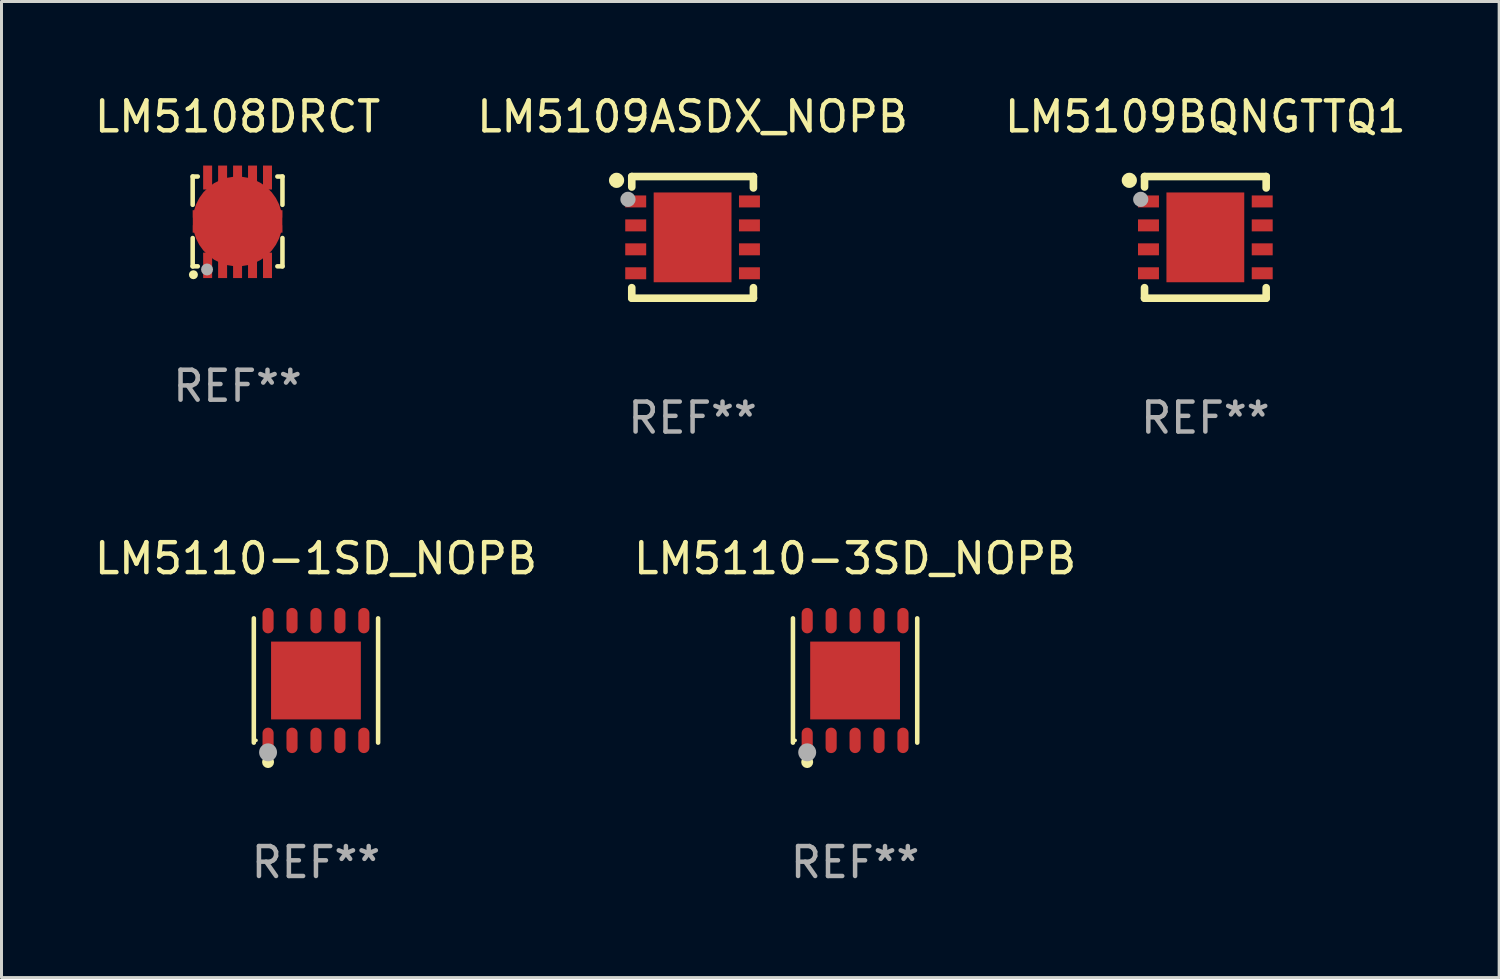
<source format=kicad_pcb>
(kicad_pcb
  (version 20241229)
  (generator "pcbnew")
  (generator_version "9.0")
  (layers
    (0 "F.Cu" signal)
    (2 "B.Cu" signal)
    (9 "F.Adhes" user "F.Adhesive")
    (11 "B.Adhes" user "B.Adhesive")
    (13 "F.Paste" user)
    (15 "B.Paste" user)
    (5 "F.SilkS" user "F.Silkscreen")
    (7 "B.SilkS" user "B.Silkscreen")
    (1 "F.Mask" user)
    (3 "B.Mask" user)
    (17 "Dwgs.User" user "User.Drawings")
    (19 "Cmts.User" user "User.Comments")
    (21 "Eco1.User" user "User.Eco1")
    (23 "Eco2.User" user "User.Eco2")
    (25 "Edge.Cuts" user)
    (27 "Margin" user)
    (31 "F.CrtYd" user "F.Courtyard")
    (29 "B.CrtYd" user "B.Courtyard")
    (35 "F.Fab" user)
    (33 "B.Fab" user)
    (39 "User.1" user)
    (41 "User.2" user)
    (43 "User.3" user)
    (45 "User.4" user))
  (footprint "LM5109ASDX_NOPB"
    (layer "F.Cu")
    (at 20.089 4.88)
    (property "Reference" "LM5109ASDX_NOPB" (at 0 -4.032 0) (layer "F.SilkS") (effects (font (size 1 1) (thickness 0.15))))
    (attr through_hole)
    (fp_line (start -2.032 -2.032) (end -2.032 -1.681) (stroke (width 0.254) (type solid)) (layer "F.SilkS"))
    (fp_line (start -2.032 1.681) (end -2.032 2.032) (stroke (width 0.254) (type solid)) (layer "F.SilkS"))
    (fp_line (start -2.032 2.032) (end 2.032 2.032) (stroke (width 0.254) (type solid)) (layer "F.SilkS"))
    (fp_line (start 2.032 -2.032) (end -2.032 -2.032) (stroke (width 0.254) (type solid)) (layer "F.SilkS"))
    (fp_line (start 2.032 -1.651) (end 2.032 -2.032) (stroke (width 0.254) (type solid)) (layer "F.SilkS"))
    (fp_line (start 2.032 2.032) (end 2.032 1.681) (stroke (width 0.254) (type solid)) (layer "F.SilkS"))
    (fp_circle (center -2.54 -1.905) (end -2.413 -1.905) (stroke (width 0.254) (type solid)) (fill no) (layer "F.SilkS"))
    (fp_circle (center -2.011 -2) (end -1.981 -2) (stroke (width 0.06) (type solid)) (fill no) (layer "F.SilkS"))
    (fp_circle (center -2.159 -1.27) (end -2.032 -1.27) (stroke (width 0.254) (type solid)) (fill no) (layer "F.Fab"))
    (fp_text user "REF**" (at 0 6.032 0) (layer "F.Fab") (effects (font (size 1 1) (thickness 0.15))))
    (pad "1" smd rect (at -1.9 -1.2) (size 0.7 0.4) (layers "F.Cu" "F.Mask" "F.Paste"))
    (pad "2" smd rect (at -1.9 -0.4) (size 0.7 0.4) (layers "F.Cu" "F.Mask" "F.Paste"))
    (pad "3" smd rect (at -1.9 0.4) (size 0.7 0.4) (layers "F.Cu" "F.Mask" "F.Paste"))
    (pad "4" smd rect (at -1.9 1.2) (size 0.7 0.4) (layers "F.Cu" "F.Mask" "F.Paste"))
    (pad "5" smd rect (at 1.9 1.2) (size 0.7 0.4) (layers "F.Cu" "F.Mask" "F.Paste"))
    (pad "6" smd rect (at 1.9 0.4) (size 0.7 0.4) (layers "F.Cu" "F.Mask" "F.Paste"))
    (pad "7" smd rect (at 1.9 -0.4) (size 0.7 0.4) (layers "F.Cu" "F.Mask" "F.Paste"))
    (pad "8" smd rect (at 1.9 -1.2) (size 0.7 0.4) (layers "F.Cu" "F.Mask" "F.Paste"))
    (pad "9" smd rect (at -0.000025 0.000025) (size 2.6 3) (layers "F.Cu" "F.Mask" "F.Paste")))
  (footprint "LM5108DRCT"
    (layer "F.Cu")
    (at 4.887 4.348)
    (property "Reference" "LM5108DRCT" (at 0 -3.5 0) (layer "F.SilkS") (effects (font (size 1 1) (thickness 0.15))))
    (attr through_hole)
    (fp_line (start -1.5 -1.5) (end -1.33 -1.5) (stroke (width 0.152) (type solid)) (layer "F.SilkS"))
    (fp_line (start -1.5 -0.555) (end -1.5 -1.5) (stroke (width 0.152) (type solid)) (layer "F.SilkS"))
    (fp_line (start -1.5 1.5) (end -1.5 0.555) (stroke (width 0.152) (type solid)) (layer "F.SilkS"))
    (fp_line (start -1.33 1.5) (end -1.5 1.5) (stroke (width 0.152) (type solid)) (layer "F.SilkS"))
    (fp_line (start 1.33 -1.5) (end 1.5 -1.5) (stroke (width 0.152) (type solid)) (layer "F.SilkS"))
    (fp_line (start 1.5 -1.5) (end 1.5 -0.555) (stroke (width 0.152) (type solid)) (layer "F.SilkS"))
    (fp_line (start 1.5 0.555) (end 1.5 1.5) (stroke (width 0.152) (type solid)) (layer "F.SilkS"))
    (fp_line (start 1.5 1.5) (end 1.33 1.5) (stroke (width 0.152) (type solid)) (layer "F.SilkS"))
    (fp_circle (center -1.5 1.5) (end -1.47 1.5) (stroke (width 0.06) (type solid)) (fill no) (layer "F.SilkS"))
    (fp_circle (center -1.475 1.78) (end -1.4 1.78) (stroke (width 0.15) (type solid)) (fill no) (layer "F.SilkS"))
    (fp_circle (center -1.02 1.605) (end -0.92 1.605) (stroke (width 0.2) (type solid)) (fill no) (layer "F.Fab"))
    (fp_text user "REF**" (at 0 5.5 0) (layer "F.Fab") (effects (font (size 1 1) (thickness 0.15))))
    (pad "1" smd rect (at -1 1.467) (size 0.3 0.85) (layers "F.Cu" "F.Mask" "F.Paste"))
    (pad "2" smd rect (at -0.5 1.467) (size 0.3 0.85) (layers "F.Cu" "F.Mask" "F.Paste"))
    (pad "3" smd rect (at 0 1.467) (size 0.3 0.85) (layers "F.Cu" "F.Mask" "F.Paste"))
    (pad "4" smd rect (at 0.5 1.467) (size 0.3 0.85) (layers "F.Cu" "F.Mask" "F.Paste"))
    (pad "5" smd rect (at 1 1.467 180) (size 0.3 0.85) (layers "F.Cu" "F.Mask" "F.Paste"))
    (pad "6" smd rect (at 1 -1.467 180) (size 0.3 0.8) (layers "F.Cu" "F.Mask" "F.Paste"))
    (pad "7" smd rect (at 0.5 -1.467 180) (size 0.3 0.8) (layers "F.Cu" "F.Mask" "F.Paste"))
    (pad "8" smd rect (at 0 -1.467 180) (size 0.3 0.8) (layers "F.Cu" "F.Mask" "F.Paste"))
    (pad "9" smd rect (at -0.5 -1.467) (size 0.3 0.8) (layers "F.Cu" "F.Mask" "F.Paste"))
    (pad "10" smd rect (at -1 -1.467) (size 0.3 0.8) (layers "F.Cu" "F.Mask" "F.Paste"))
    (pad "11" smd custom (at 0 0) (size 3 1.65) (layers "F.Cu" "F.Mask" "F.Paste") (options (anchor circle)) (primitives (gr_poly (pts (xy -1.2 0.773) (xy -1.2 0.375) (xy -1.5 0.375) (xy -1.5 0.125) (xy -1.2 0.125) (xy -1.2 -0.125) (xy -1.5 -0.125) (xy -1.5 -0.375) (xy -1.2 -0.375) (xy -1.2 -0.825) (xy 1.2 -0.825) (xy 1.2 -0.375) (xy 1.5 -0.375) (xy 1.5 -0.125) (xy 1.2 -0.125) (xy 1.2 0.125) (xy 1.5 0.125) (xy 1.5 0.375) (xy 1.2 0.375) (xy 1.2 0.825) (xy -1.2 0.825)) (width 0) (fill yes)))))
  (footprint "LM5110-1SD_NOPB"
    (layer "F.Cu")
    (at 7.506 19.685)
    (property "Reference" "LM5110-1SD_NOPB" (at 0 -4.076 0) (layer "F.SilkS") (effects (font (size 1 1) (thickness 0.15))))
    (attr through_hole)
    (fp_line (start -2.076 2.076) (end -2.076 -2.076) (stroke (width 0.152) (type solid)) (layer "F.SilkS"))
    (fp_line (start 2.076 -2.076) (end 2.076 2.076) (stroke (width 0.152) (type solid)) (layer "F.SilkS"))
    (fp_circle (center -2 2) (end -1.97 2) (stroke (width 0.06) (type solid)) (fill no) (layer "F.SilkS"))
    (fp_circle (center -1.6 2.725) (end -1.5 2.725) (stroke (width 0.2) (type solid)) (fill no) (layer "F.SilkS"))
    (fp_circle (center -1.6 2.4) (end -1.45 2.4) (stroke (width 0.3) (type solid)) (fill no) (layer "F.Fab"))
    (fp_text user "REF**" (at 0 6.076 0) (layer "F.Fab") (effects (font (size 1 1) (thickness 0.15))))
    (pad "1" smd oval (at -1.6 2) (size 0.371 0.85) (layers "F.Cu" "F.Mask" "F.Paste"))
    (pad "2" smd oval (at -0.8 2) (size 0.371 0.85) (layers "F.Cu" "F.Mask" "F.Paste"))
    (pad "3" smd oval (at 0 2) (size 0.371 0.85) (layers "F.Cu" "F.Mask" "F.Paste"))
    (pad "4" smd oval (at 0.8 2) (size 0.371 0.85) (layers "F.Cu" "F.Mask" "F.Paste"))
    (pad "5" smd oval (at 1.6 2) (size 0.371 0.85) (layers "F.Cu" "F.Mask" "F.Paste"))
    (pad "6" smd oval (at 1.6 -2) (size 0.371 0.85) (layers "F.Cu" "F.Mask" "F.Paste"))
    (pad "7" smd oval (at 0.8 -2) (size 0.371 0.85) (layers "F.Cu" "F.Mask" "F.Paste"))
    (pad "8" smd oval (at 0 -2) (size 0.371 0.85) (layers "F.Cu" "F.Mask" "F.Paste"))
    (pad "9" smd oval (at -0.8 -2) (size 0.371 0.85) (layers "F.Cu" "F.Mask" "F.Paste"))
    (pad "10" smd oval (at -1.6 -2) (size 0.371 0.85) (layers "F.Cu" "F.Mask" "F.Paste"))
    (pad "11" smd rect (at 0 0) (size 3 2.6) (layers "F.Cu" "F.Mask" "F.Paste")))
  (footprint "LM5110-3SD_NOPB"
    (layer "F.Cu")
    (at 25.518 19.685)
    (property "Reference" "LM5110-3SD_NOPB" (at 0 -4.076 0) (layer "F.SilkS") (effects (font (size 1 1) (thickness 0.15))))
    (attr through_hole)
    (fp_line (start -2.076 2.076) (end -2.076 -2.076) (stroke (width 0.152) (type solid)) (layer "F.SilkS"))
    (fp_line (start 2.076 -2.076) (end 2.076 2.076) (stroke (width 0.152) (type solid)) (layer "F.SilkS"))
    (fp_circle (center -2 2) (end -1.97 2) (stroke (width 0.06) (type solid)) (fill no) (layer "F.SilkS"))
    (fp_circle (center -1.6 2.725) (end -1.5 2.725) (stroke (width 0.2) (type solid)) (fill no) (layer "F.SilkS"))
    (fp_circle (center -1.6 2.4) (end -1.45 2.4) (stroke (width 0.3) (type solid)) (fill no) (layer "F.Fab"))
    (fp_text user "REF**" (at 0 6.076 0) (layer "F.Fab") (effects (font (size 1 1) (thickness 0.15))))
    (pad "1" smd oval (at -1.6 2) (size 0.371 0.85) (layers "F.Cu" "F.Mask" "F.Paste"))
    (pad "2" smd oval (at -0.8 2) (size 0.371 0.85) (layers "F.Cu" "F.Mask" "F.Paste"))
    (pad "3" smd oval (at 0 2) (size 0.371 0.85) (layers "F.Cu" "F.Mask" "F.Paste"))
    (pad "4" smd oval (at 0.8 2) (size 0.371 0.85) (layers "F.Cu" "F.Mask" "F.Paste"))
    (pad "5" smd oval (at 1.6 2) (size 0.371 0.85) (layers "F.Cu" "F.Mask" "F.Paste"))
    (pad "6" smd oval (at 1.6 -2) (size 0.371 0.85) (layers "F.Cu" "F.Mask" "F.Paste"))
    (pad "7" smd oval (at 0.8 -2) (size 0.371 0.85) (layers "F.Cu" "F.Mask" "F.Paste"))
    (pad "8" smd oval (at 0 -2) (size 0.371 0.85) (layers "F.Cu" "F.Mask" "F.Paste"))
    (pad "9" smd oval (at -0.8 -2) (size 0.371 0.85) (layers "F.Cu" "F.Mask" "F.Paste"))
    (pad "10" smd oval (at -1.6 -2) (size 0.371 0.85) (layers "F.Cu" "F.Mask" "F.Paste"))
    (pad "11" smd rect (at 0 0) (size 3 2.6) (layers "F.Cu" "F.Mask" "F.Paste")))
  (footprint "LM5109BQNGTTQ1"
    (layer "F.Cu")
    (at 37.22 4.88)
    (property "Reference" "LM5109BQNGTTQ1" (at 0 -4.032 0) (layer "F.SilkS") (effects (font (size 1 1) (thickness 0.15))))
    (attr through_hole)
    (fp_line (start -2.032 -2.032) (end -2.032 -1.681) (stroke (width 0.254) (type solid)) (layer "F.SilkS"))
    (fp_line (start -2.032 1.681) (end -2.032 2.032) (stroke (width 0.254) (type solid)) (layer "F.SilkS"))
    (fp_line (start -2.032 2.032) (end 2.032 2.032) (stroke (width 0.254) (type solid)) (layer "F.SilkS"))
    (fp_line (start 2.032 -2.032) (end -2.032 -2.032) (stroke (width 0.254) (type solid)) (layer "F.SilkS"))
    (fp_line (start 2.032 -1.651) (end 2.032 -2.032) (stroke (width 0.254) (type solid)) (layer "F.SilkS"))
    (fp_line (start 2.032 2.032) (end 2.032 1.681) (stroke (width 0.254) (type solid)) (layer "F.SilkS"))
    (fp_circle (center -2.54 -1.905) (end -2.413 -1.905) (stroke (width 0.254) (type solid)) (fill no) (layer "F.SilkS"))
    (fp_circle (center -2.011 -2) (end -1.981 -2) (stroke (width 0.06) (type solid)) (fill no) (layer "F.SilkS"))
    (fp_circle (center -2.159 -1.27) (end -2.032 -1.27) (stroke (width 0.254) (type solid)) (fill no) (layer "F.Fab"))
    (fp_text user "REF**" (at 0 6.032 0) (layer "F.Fab") (effects (font (size 1 1) (thickness 0.15))))
    (pad "1" smd rect (at -1.9 -1.2) (size 0.7 0.4) (layers "F.Cu" "F.Mask" "F.Paste"))
    (pad "2" smd rect (at -1.9 -0.4) (size 0.7 0.4) (layers "F.Cu" "F.Mask" "F.Paste"))
    (pad "3" smd rect (at -1.9 0.4) (size 0.7 0.4) (layers "F.Cu" "F.Mask" "F.Paste"))
    (pad "4" smd rect (at -1.9 1.2) (size 0.7 0.4) (layers "F.Cu" "F.Mask" "F.Paste"))
    (pad "5" smd rect (at 1.9 1.2) (size 0.7 0.4) (layers "F.Cu" "F.Mask" "F.Paste"))
    (pad "6" smd rect (at 1.9 0.4) (size 0.7 0.4) (layers "F.Cu" "F.Mask" "F.Paste"))
    (pad "7" smd rect (at 1.9 -0.4) (size 0.7 0.4) (layers "F.Cu" "F.Mask" "F.Paste"))
    (pad "8" smd rect (at 1.9 -1.2) (size 0.7 0.4) (layers "F.Cu" "F.Mask" "F.Paste"))
    (pad "9" smd rect (at -0.000025 0.000025) (size 2.6 3) (layers "F.Cu" "F.Mask" "F.Paste")))
  (gr_rect
    (start -3 -3)
    (end 47.036 29.609)
    (stroke (width 0.1) (type default))
    (fill no)
    (layer "Edge.Cuts")))
</source>
